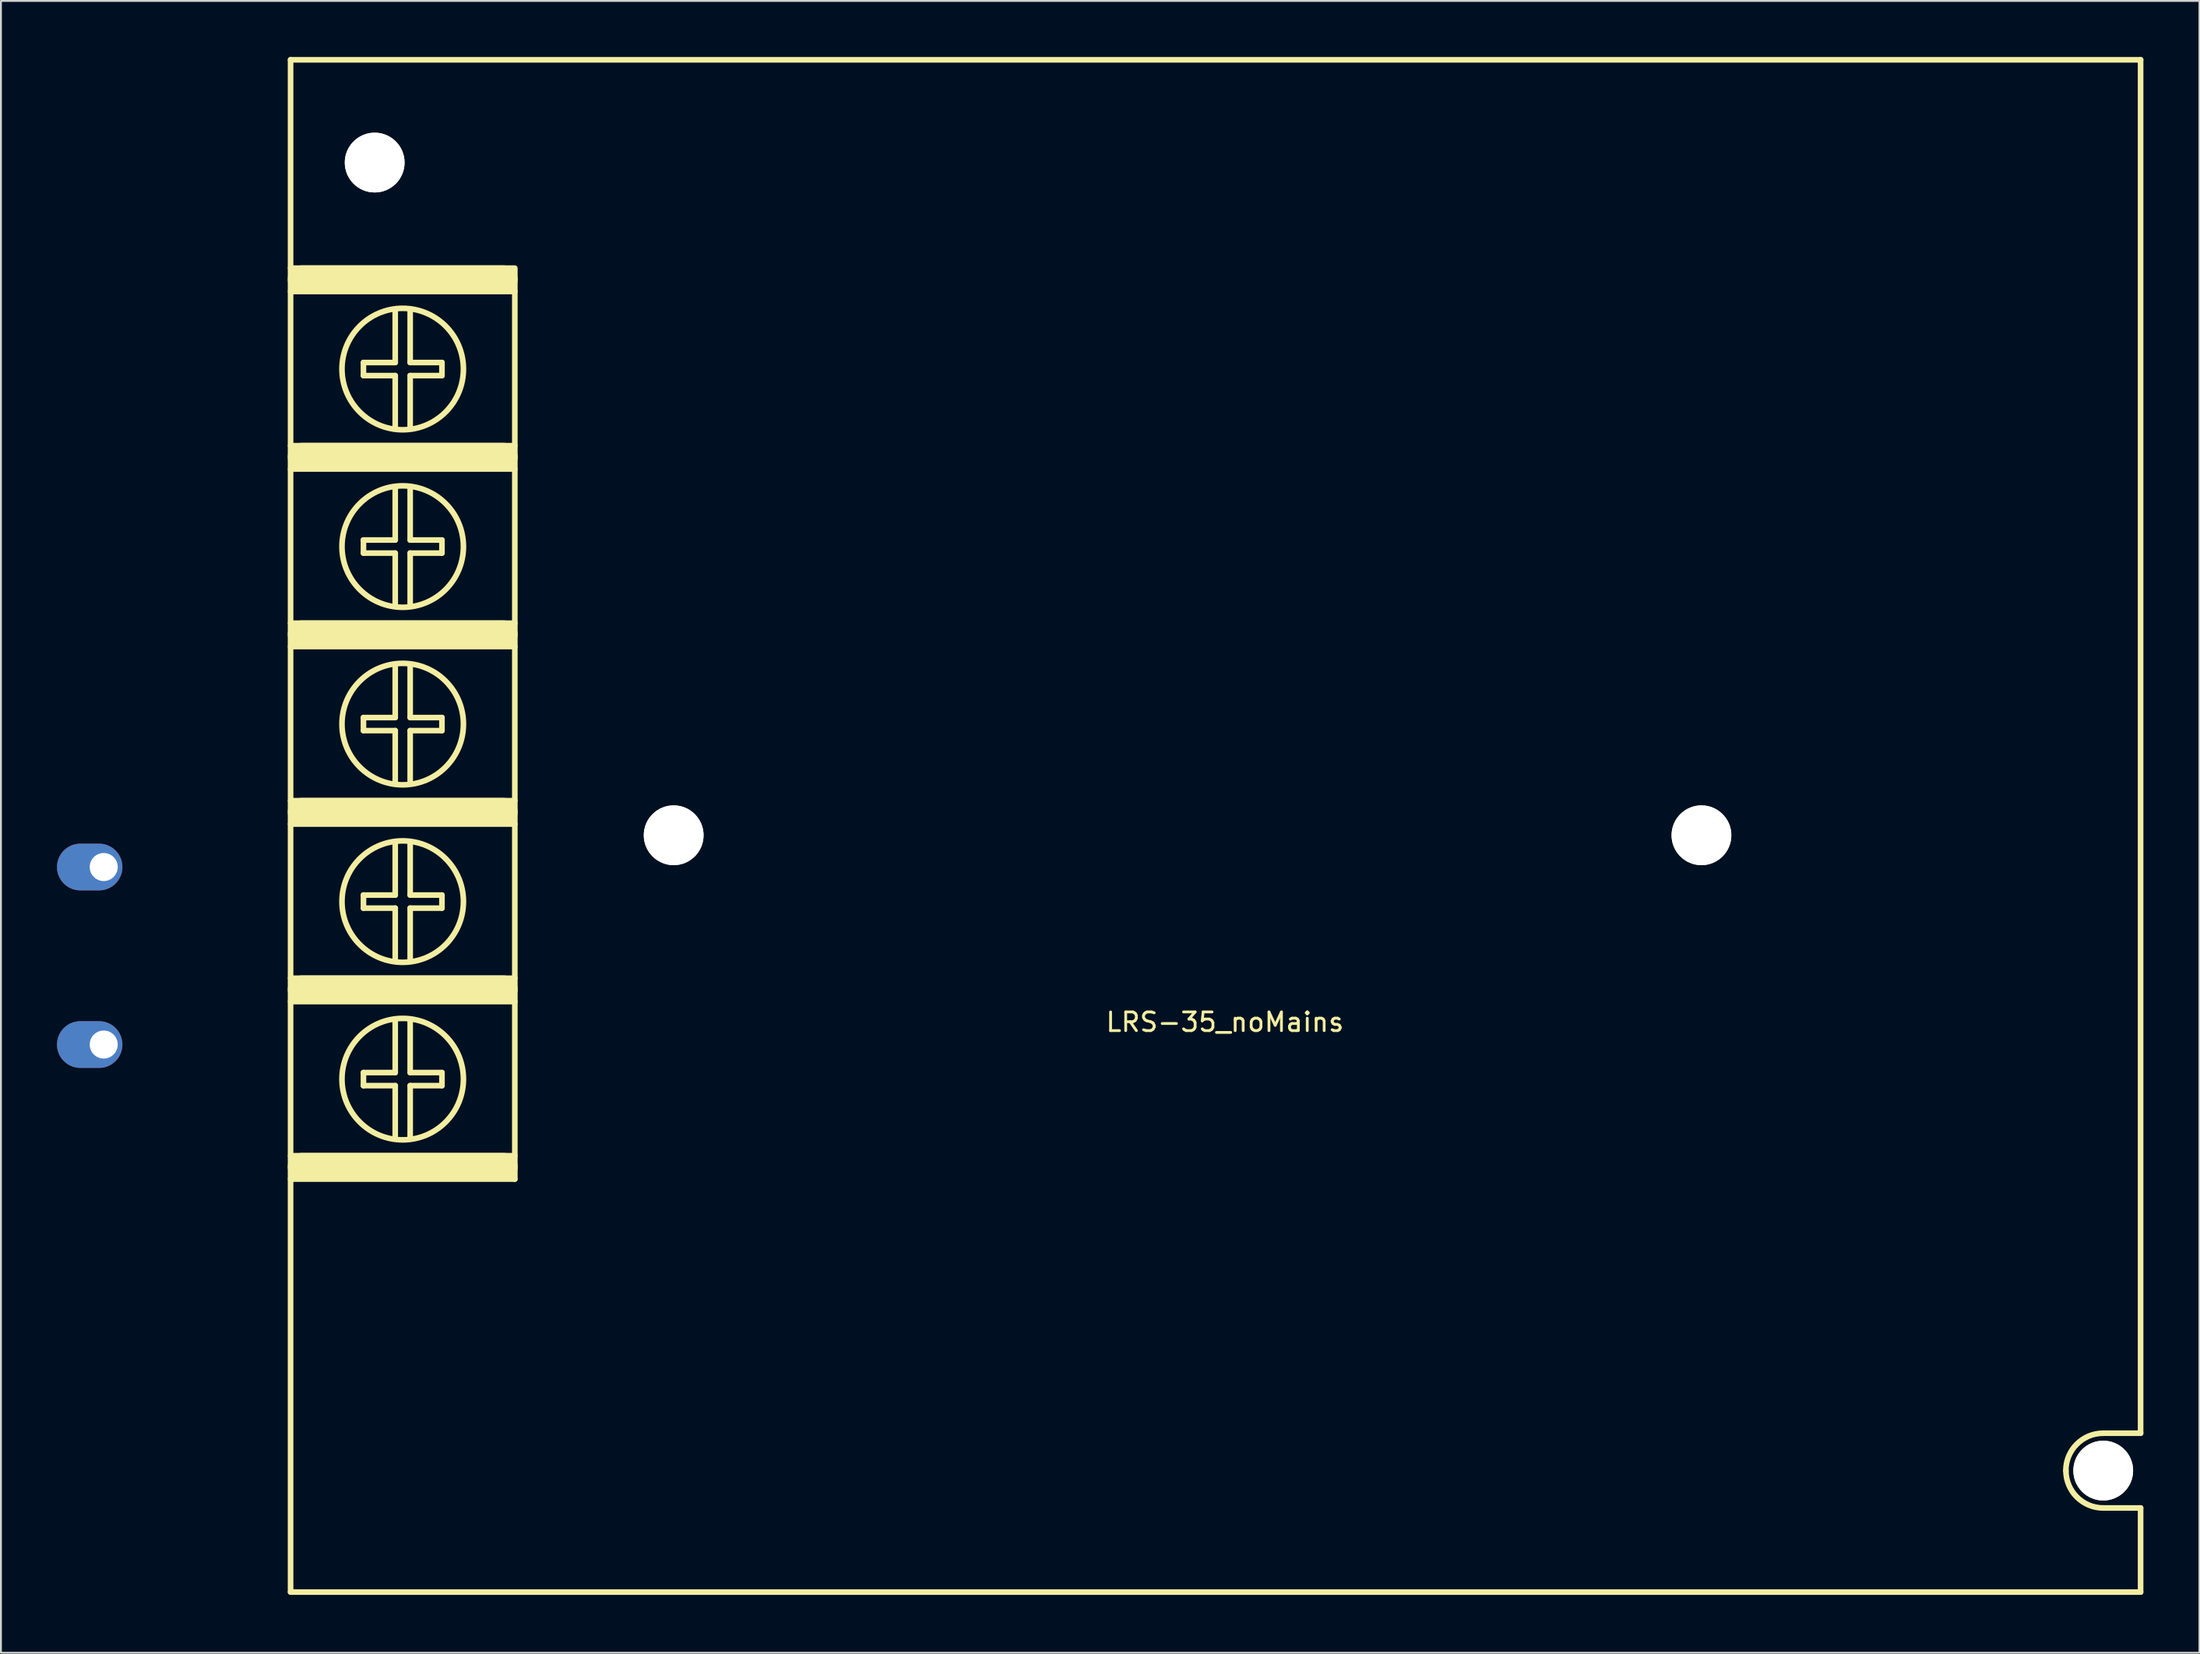
<source format=kicad_pcb>
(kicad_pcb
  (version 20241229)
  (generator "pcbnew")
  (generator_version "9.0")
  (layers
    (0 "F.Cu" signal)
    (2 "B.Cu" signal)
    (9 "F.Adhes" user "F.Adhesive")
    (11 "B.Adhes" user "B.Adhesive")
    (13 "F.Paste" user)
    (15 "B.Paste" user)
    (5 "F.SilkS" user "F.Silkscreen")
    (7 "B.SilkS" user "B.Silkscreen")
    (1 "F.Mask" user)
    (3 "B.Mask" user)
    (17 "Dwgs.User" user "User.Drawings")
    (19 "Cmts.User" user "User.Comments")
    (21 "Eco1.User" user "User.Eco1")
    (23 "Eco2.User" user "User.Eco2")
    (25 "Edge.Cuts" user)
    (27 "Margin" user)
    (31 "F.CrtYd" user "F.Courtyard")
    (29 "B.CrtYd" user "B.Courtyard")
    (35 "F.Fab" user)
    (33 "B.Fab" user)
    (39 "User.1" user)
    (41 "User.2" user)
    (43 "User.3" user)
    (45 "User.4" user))
  (footprint "LRS-35_noMains"
    (layer "F.Cu")
    (at 12.5 82.15)
    (property "Reference" "LRS-35_noMains" (at 50 -30.5 0) (layer "F.SilkS") (effects (font (size 1 1) (thickness 0.15))))
    (attr through_hole)
    (fp_line (start 0 -82) (end 0 0) (stroke (width 0.3) (type solid)) (layer "F.SilkS"))
    (fp_line (start 0 -70.85) (end 12 -70.85) (stroke (width 0.3) (type solid)) (layer "F.SilkS"))
    (fp_line (start 0 -69.6) (end 12 -69.6) (stroke (width 0.3) (type solid)) (layer "F.SilkS"))
    (fp_line (start 0 -61.35) (end 12 -61.35) (stroke (width 0.3) (type solid)) (layer "F.SilkS"))
    (fp_line (start 0 -60.1) (end 12 -60.1) (stroke (width 0.3) (type solid)) (layer "F.SilkS"))
    (fp_line (start 0 -51.85) (end 12 -51.85) (stroke (width 0.3) (type solid)) (layer "F.SilkS"))
    (fp_line (start 0 -50.6) (end 12 -50.6) (stroke (width 0.3) (type solid)) (layer "F.SilkS"))
    (fp_line (start 0 -42.35) (end 12 -42.35) (stroke (width 0.3) (type solid)) (layer "F.SilkS"))
    (fp_line (start 0 -41.1) (end 12 -41.1) (stroke (width 0.3) (type solid)) (layer "F.SilkS"))
    (fp_line (start 0 -32.85) (end 12 -32.85) (stroke (width 0.3) (type solid)) (layer "F.SilkS"))
    (fp_line (start 0 -31.6) (end 12 -31.6) (stroke (width 0.3) (type solid)) (layer "F.SilkS"))
    (fp_line (start 0 -23.35) (end 12 -23.35) (stroke (width 0.3) (type solid)) (layer "F.SilkS"))
    (fp_line (start 0 -22.1) (end 12 -22.1) (stroke (width 0.3) (type solid)) (layer "F.SilkS"))
    (fp_line (start 0 0) (end 99 0) (stroke (width 0.3) (type solid)) (layer "F.SilkS"))
    (fp_line (start 0.6 -70.25) (end 11.4 -70.25) (stroke (width 1.5) (type solid)) (layer "F.SilkS"))
    (fp_line (start 0.6 -60.75) (end 11.4 -60.75) (stroke (width 1.5) (type solid)) (layer "F.SilkS"))
    (fp_line (start 0.6 -51.25) (end 11.4 -51.25) (stroke (width 1.5) (type solid)) (layer "F.SilkS"))
    (fp_line (start 0.6 -41.75) (end 11.4 -41.75) (stroke (width 1.5) (type solid)) (layer "F.SilkS"))
    (fp_line (start 0.6 -32.25) (end 11.4 -32.25) (stroke (width 1.5) (type solid)) (layer "F.SilkS"))
    (fp_line (start 0.6 -22.75) (end 11.4 -22.75) (stroke (width 1.5) (type solid)) (layer "F.SilkS"))
    (fp_line (start 3.9 -65.8) (end 5.6 -65.8) (stroke (width 0.3) (type solid)) (layer "F.SilkS"))
    (fp_line (start 3.9 -65.1) (end 3.9 -65.8) (stroke (width 0.3) (type solid)) (layer "F.SilkS"))
    (fp_line (start 3.9 -56.3) (end 5.6 -56.3) (stroke (width 0.3) (type solid)) (layer "F.SilkS"))
    (fp_line (start 3.9 -55.6) (end 3.9 -56.3) (stroke (width 0.3) (type solid)) (layer "F.SilkS"))
    (fp_line (start 3.9 -46.8) (end 5.6 -46.8) (stroke (width 0.3) (type solid)) (layer "F.SilkS"))
    (fp_line (start 3.9 -46.1) (end 3.9 -46.8) (stroke (width 0.3) (type solid)) (layer "F.SilkS"))
    (fp_line (start 3.9 -37.3) (end 5.6 -37.3) (stroke (width 0.3) (type solid)) (layer "F.SilkS"))
    (fp_line (start 3.9 -36.6) (end 3.9 -37.3) (stroke (width 0.3) (type solid)) (layer "F.SilkS"))
    (fp_line (start 3.9 -27.8) (end 5.6 -27.8) (stroke (width 0.3) (type solid)) (layer "F.SilkS"))
    (fp_line (start 3.9 -27.1) (end 3.9 -27.8) (stroke (width 0.3) (type solid)) (layer "F.SilkS"))
    (fp_line (start 5.6 -65.8) (end 5.6 -68.6) (stroke (width 0.3) (type solid)) (layer "F.SilkS"))
    (fp_line (start 5.6 -65.1) (end 3.9 -65.1) (stroke (width 0.3) (type solid)) (layer "F.SilkS"))
    (fp_line (start 5.6 -62.3) (end 5.6 -65.1) (stroke (width 0.3) (type solid)) (layer "F.SilkS"))
    (fp_line (start 5.6 -56.3) (end 5.6 -59.1) (stroke (width 0.3) (type solid)) (layer "F.SilkS"))
    (fp_line (start 5.6 -55.6) (end 3.9 -55.6) (stroke (width 0.3) (type solid)) (layer "F.SilkS"))
    (fp_line (start 5.6 -52.8) (end 5.6 -55.6) (stroke (width 0.3) (type solid)) (layer "F.SilkS"))
    (fp_line (start 5.6 -46.8) (end 5.6 -49.6) (stroke (width 0.3) (type solid)) (layer "F.SilkS"))
    (fp_line (start 5.6 -46.1) (end 3.9 -46.1) (stroke (width 0.3) (type solid)) (layer "F.SilkS"))
    (fp_line (start 5.6 -43.3) (end 5.6 -46.1) (stroke (width 0.3) (type solid)) (layer "F.SilkS"))
    (fp_line (start 5.6 -37.3) (end 5.6 -40.1) (stroke (width 0.3) (type solid)) (layer "F.SilkS"))
    (fp_line (start 5.6 -36.6) (end 3.9 -36.6) (stroke (width 0.3) (type solid)) (layer "F.SilkS"))
    (fp_line (start 5.6 -33.8) (end 5.6 -36.6) (stroke (width 0.3) (type solid)) (layer "F.SilkS"))
    (fp_line (start 5.6 -27.8) (end 5.6 -30.6) (stroke (width 0.3) (type solid)) (layer "F.SilkS"))
    (fp_line (start 5.6 -27.1) (end 3.9 -27.1) (stroke (width 0.3) (type solid)) (layer "F.SilkS"))
    (fp_line (start 5.6 -24.3) (end 5.6 -27.1) (stroke (width 0.3) (type solid)) (layer "F.SilkS"))
    (fp_line (start 6.4 -68.6) (end 6.4 -65.8) (stroke (width 0.3) (type solid)) (layer "F.SilkS"))
    (fp_line (start 6.4 -65.8) (end 8.1 -65.8) (stroke (width 0.3) (type solid)) (layer "F.SilkS"))
    (fp_line (start 6.4 -65.1) (end 6.4 -62.3) (stroke (width 0.3) (type solid)) (layer "F.SilkS"))
    (fp_line (start 6.4 -59.1) (end 6.4 -56.3) (stroke (width 0.3) (type solid)) (layer "F.SilkS"))
    (fp_line (start 6.4 -56.3) (end 8.1 -56.3) (stroke (width 0.3) (type solid)) (layer "F.SilkS"))
    (fp_line (start 6.4 -55.6) (end 6.4 -52.8) (stroke (width 0.3) (type solid)) (layer "F.SilkS"))
    (fp_line (start 6.4 -49.6) (end 6.4 -46.8) (stroke (width 0.3) (type solid)) (layer "F.SilkS"))
    (fp_line (start 6.4 -46.8) (end 8.1 -46.8) (stroke (width 0.3) (type solid)) (layer "F.SilkS"))
    (fp_line (start 6.4 -46.1) (end 6.4 -43.3) (stroke (width 0.3) (type solid)) (layer "F.SilkS"))
    (fp_line (start 6.4 -40.1) (end 6.4 -37.3) (stroke (width 0.3) (type solid)) (layer "F.SilkS"))
    (fp_line (start 6.4 -37.3) (end 8.1 -37.3) (stroke (width 0.3) (type solid)) (layer "F.SilkS"))
    (fp_line (start 6.4 -36.6) (end 6.4 -33.8) (stroke (width 0.3) (type solid)) (layer "F.SilkS"))
    (fp_line (start 6.4 -30.6) (end 6.4 -27.8) (stroke (width 0.3) (type solid)) (layer "F.SilkS"))
    (fp_line (start 6.4 -27.8) (end 8.1 -27.8) (stroke (width 0.3) (type solid)) (layer "F.SilkS"))
    (fp_line (start 6.4 -27.1) (end 6.4 -24.3) (stroke (width 0.3) (type solid)) (layer "F.SilkS"))
    (fp_line (start 8.1 -65.8) (end 8.1 -65.1) (stroke (width 0.3) (type solid)) (layer "F.SilkS"))
    (fp_line (start 8.1 -65.1) (end 6.4 -65.1) (stroke (width 0.3) (type solid)) (layer "F.SilkS"))
    (fp_line (start 8.1 -56.3) (end 8.1 -55.6) (stroke (width 0.3) (type solid)) (layer "F.SilkS"))
    (fp_line (start 8.1 -55.6) (end 6.4 -55.6) (stroke (width 0.3) (type solid)) (layer "F.SilkS"))
    (fp_line (start 8.1 -46.8) (end 8.1 -46.1) (stroke (width 0.3) (type solid)) (layer "F.SilkS"))
    (fp_line (start 8.1 -46.1) (end 6.4 -46.1) (stroke (width 0.3) (type solid)) (layer "F.SilkS"))
    (fp_line (start 8.1 -37.3) (end 8.1 -36.6) (stroke (width 0.3) (type solid)) (layer "F.SilkS"))
    (fp_line (start 8.1 -36.6) (end 6.4 -36.6) (stroke (width 0.3) (type solid)) (layer "F.SilkS"))
    (fp_line (start 8.1 -27.8) (end 8.1 -27.1) (stroke (width 0.3) (type solid)) (layer "F.SilkS"))
    (fp_line (start 8.1 -27.1) (end 6.4 -27.1) (stroke (width 0.3) (type solid)) (layer "F.SilkS"))
    (fp_line (start 12 -70.75) (end 12 -22.1) (stroke (width 0.3) (type solid)) (layer "F.SilkS"))
    (fp_line (start 97 -8.5) (end 99 -8.5) (stroke (width 0.3) (type solid)) (layer "F.SilkS"))
    (fp_line (start 97 -4.5) (end 99 -4.5) (stroke (width 0.3) (type solid)) (layer "F.SilkS"))
    (fp_line (start 99 -82) (end 0 -82) (stroke (width 0.3) (type solid)) (layer "F.SilkS"))
    (fp_line (start 99 -8.5) (end 99 -82) (stroke (width 0.3) (type solid)) (layer "F.SilkS"))
    (fp_line (start 99 -4.5) (end 99 0) (stroke (width 0.3) (type solid)) (layer "F.SilkS"))
    (fp_arc (start 95 -6.5) (mid 95.585786 -7.914214) (end 97 -8.5) (stroke (width 0.3) (type solid)) (layer "F.SilkS"))
    (fp_arc (start 97 -4.5) (mid 95.588044 -5.087018) (end 95.003491 -6.499997) (stroke (width 0.3) (type solid)) (layer "F.SilkS"))
    (fp_circle (center 6 -65.45) (end 6 -62.2) (stroke (width 0.3) (type solid)) (fill no) (layer "F.SilkS"))
    (fp_circle (center 6 -55.95) (end 6 -52.7) (stroke (width 0.3) (type solid)) (fill no) (layer "F.SilkS"))
    (fp_circle (center 6 -46.45) (end 6 -43.2) (stroke (width 0.3) (type solid)) (fill no) (layer "F.SilkS"))
    (fp_circle (center 6 -36.95) (end 6 -33.7) (stroke (width 0.3) (type solid)) (fill no) (layer "F.SilkS"))
    (fp_circle (center 6 -27.45) (end 6 -24.2) (stroke (width 0.3) (type solid)) (fill no) (layer "F.SilkS"))
    (pad "" np_thru_hole circle (at 4.5 -76.5) (size 3.2 3.2) (drill 3.2) (layers "*.Cu" "*.Mask" "F.SilkS"))
    (pad "" np_thru_hole circle (at 20.5 -40.5) (size 3.2 3.2) (drill 3.2) (layers "*.Cu" "*.Mask" "F.SilkS"))
    (pad "" np_thru_hole circle (at 75.5 -40.5) (size 3.2 3.2) (drill 3.2) (layers "*.Cu" "*.Mask" "F.SilkS"))
    (pad "" np_thru_hole circle (at 97 -6.5) (size 3.2 3.2) (drill 3.2) (layers "*.Cu" "*.Mask" "F.SilkS"))
    (pad "4" thru_hole oval (at -10 -38.8) (size 3.5 2.5) (drill 1.5 (offset -0.75 0)) (layers "*.Cu" "*.Mask"))
    (pad "5" thru_hole oval (at -10 -29.3) (size 3.5 2.5) (drill 1.5 (offset -0.75 0)) (layers "*.Cu" "*.Mask")))
  (gr_rect
    (start -3 -3)
    (end 114.65 85.4)
    (stroke (width 0.1) (type default))
    (fill no)
    (layer "Edge.Cuts")))
</source>
